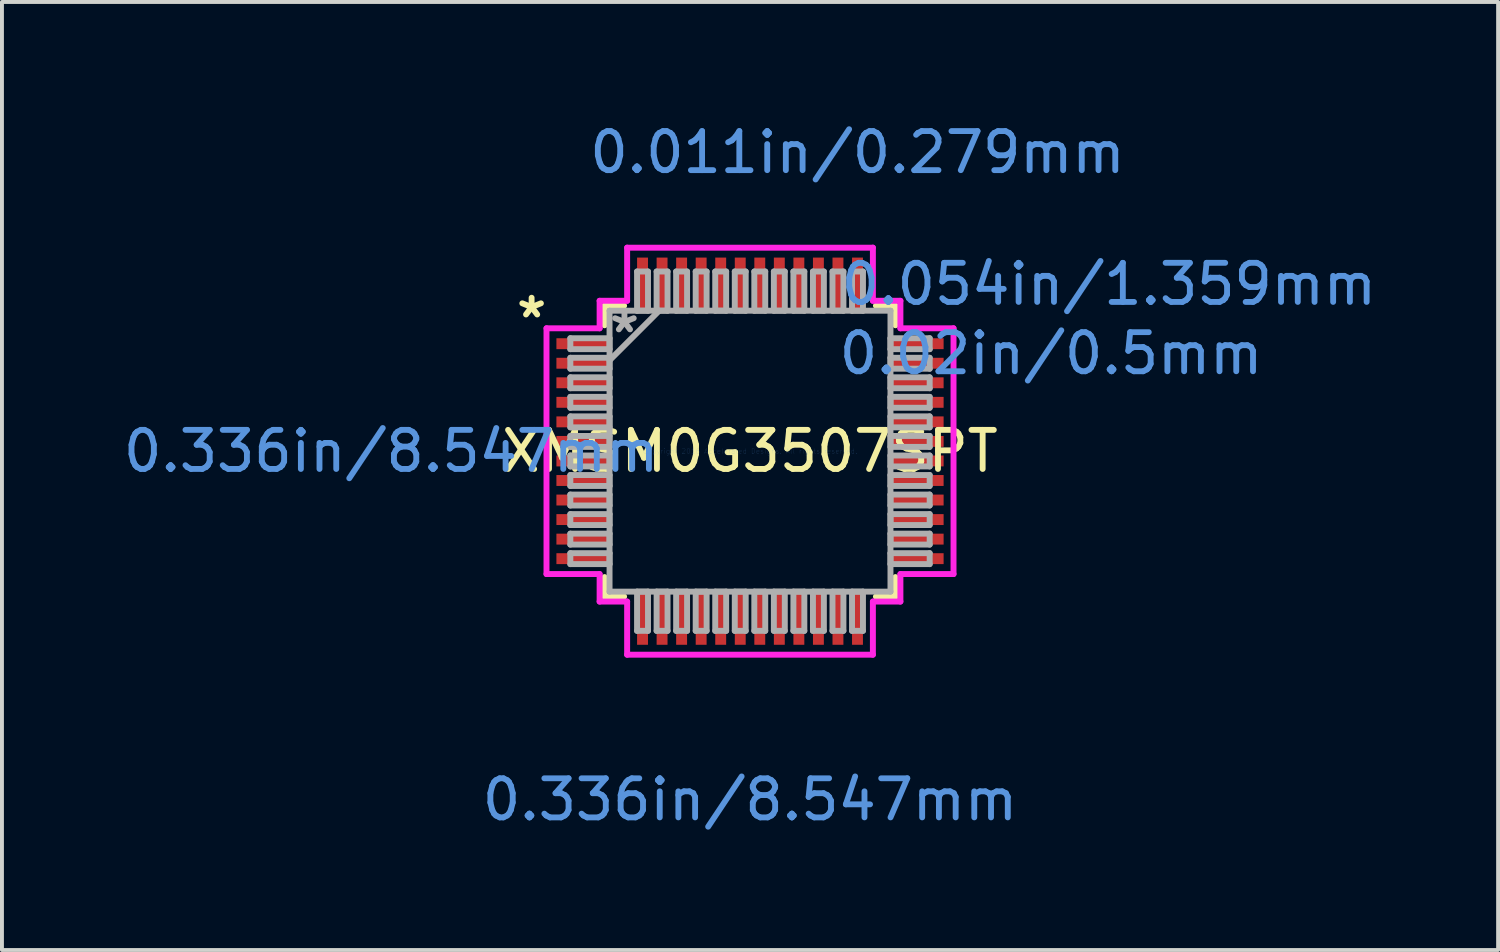
<source format=kicad_pcb>
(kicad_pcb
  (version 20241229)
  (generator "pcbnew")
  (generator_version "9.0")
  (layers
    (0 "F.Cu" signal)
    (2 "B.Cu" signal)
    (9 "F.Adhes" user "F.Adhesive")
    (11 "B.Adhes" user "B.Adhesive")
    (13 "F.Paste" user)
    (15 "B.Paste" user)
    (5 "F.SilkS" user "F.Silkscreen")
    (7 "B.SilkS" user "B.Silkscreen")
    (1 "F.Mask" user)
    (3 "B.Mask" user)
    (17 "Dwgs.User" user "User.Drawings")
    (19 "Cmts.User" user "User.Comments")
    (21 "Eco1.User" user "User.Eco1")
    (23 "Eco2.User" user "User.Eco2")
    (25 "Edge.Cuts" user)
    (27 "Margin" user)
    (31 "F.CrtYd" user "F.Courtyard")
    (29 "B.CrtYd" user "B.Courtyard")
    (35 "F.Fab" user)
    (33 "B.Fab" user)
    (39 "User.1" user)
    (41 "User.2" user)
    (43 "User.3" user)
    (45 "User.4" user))
  (footprint "XMSM0G3507SPT"
    (layer "F.Cu")
    (at 16.14 8.494)
    (property "Reference" "XMSM0G3507SPT" (at 0 0 0) (layer "F.SilkS") (effects (font (size 1 1) (thickness 0.15))))
    (attr through_hole)
    (fp_line (start -3.721 -3.721) (end -3.721 -3.222) (stroke (width 0.152) (type solid)) (layer "F.SilkS"))
    (fp_line (start -3.721 3.222) (end -3.721 3.721) (stroke (width 0.152) (type solid)) (layer "F.SilkS"))
    (fp_line (start -3.721 3.721) (end -3.222 3.721) (stroke (width 0.152) (type solid)) (layer "F.SilkS"))
    (fp_line (start -3.222 -3.721) (end -3.721 -3.721) (stroke (width 0.152) (type solid)) (layer "F.SilkS"))
    (fp_line (start 3.222 3.721) (end 3.721 3.721) (stroke (width 0.152) (type solid)) (layer "F.SilkS"))
    (fp_line (start 3.721 -3.721) (end 3.222 -3.721) (stroke (width 0.152) (type solid)) (layer "F.SilkS"))
    (fp_line (start 3.721 -3.222) (end 3.721 -3.721) (stroke (width 0.152) (type solid)) (layer "F.SilkS"))
    (fp_line (start 3.721 3.721) (end 3.721 3.222) (stroke (width 0.152) (type solid)) (layer "F.SilkS"))
    (fp_line (start -5.207 -3.144) (end -3.848 -3.144) (stroke (width 0.152) (type solid)) (layer "F.CrtYd"))
    (fp_line (start -5.207 3.144) (end -5.207 -3.144) (stroke (width 0.152) (type solid)) (layer "F.CrtYd"))
    (fp_line (start -3.848 -3.848) (end -3.144 -3.848) (stroke (width 0.152) (type solid)) (layer "F.CrtYd"))
    (fp_line (start -3.848 -3.144) (end -3.848 -3.848) (stroke (width 0.152) (type solid)) (layer "F.CrtYd"))
    (fp_line (start -3.848 3.144) (end -5.207 3.144) (stroke (width 0.152) (type solid)) (layer "F.CrtYd"))
    (fp_line (start -3.848 3.848) (end -3.848 3.144) (stroke (width 0.152) (type solid)) (layer "F.CrtYd"))
    (fp_line (start -3.848 3.848) (end -3.144 3.848) (stroke (width 0.152) (type solid)) (layer "F.CrtYd"))
    (fp_line (start -3.144 -5.207) (end 3.144 -5.207) (stroke (width 0.152) (type solid)) (layer "F.CrtYd"))
    (fp_line (start -3.144 -3.848) (end -3.144 -5.207) (stroke (width 0.152) (type solid)) (layer "F.CrtYd"))
    (fp_line (start -3.144 3.848) (end -3.144 5.207) (stroke (width 0.152) (type solid)) (layer "F.CrtYd"))
    (fp_line (start -3.144 5.207) (end 3.144 5.207) (stroke (width 0.152) (type solid)) (layer "F.CrtYd"))
    (fp_line (start 3.144 -5.207) (end 3.144 -3.848) (stroke (width 0.152) (type solid)) (layer "F.CrtYd"))
    (fp_line (start 3.144 -3.848) (end 3.848 -3.848) (stroke (width 0.152) (type solid)) (layer "F.CrtYd"))
    (fp_line (start 3.144 3.848) (end 3.848 3.848) (stroke (width 0.152) (type solid)) (layer "F.CrtYd"))
    (fp_line (start 3.144 5.207) (end 3.144 3.848) (stroke (width 0.152) (type solid)) (layer "F.CrtYd"))
    (fp_line (start 3.848 -3.144) (end 3.848 -3.848) (stroke (width 0.152) (type solid)) (layer "F.CrtYd"))
    (fp_line (start 3.848 3.144) (end 5.207 3.144) (stroke (width 0.152) (type solid)) (layer "F.CrtYd"))
    (fp_line (start 3.848 3.848) (end 3.848 3.144) (stroke (width 0.152) (type solid)) (layer "F.CrtYd"))
    (fp_line (start 5.207 -3.144) (end 3.848 -3.144) (stroke (width 0.152) (type solid)) (layer "F.CrtYd"))
    (fp_line (start 5.207 3.144) (end 5.207 -3.144) (stroke (width 0.152) (type solid)) (layer "F.CrtYd"))
    (fp_line (start -4.597 -2.89) (end -4.597 -2.61) (stroke (width 0.152) (type solid)) (layer "F.Fab"))
    (fp_line (start -4.597 -2.61) (end -3.594 -2.61) (stroke (width 0.152) (type solid)) (layer "F.Fab"))
    (fp_line (start -4.597 -2.39) (end -4.597 -2.11) (stroke (width 0.152) (type solid)) (layer "F.Fab"))
    (fp_line (start -4.597 -2.11) (end -3.594 -2.11) (stroke (width 0.152) (type solid)) (layer "F.Fab"))
    (fp_line (start -4.597 -1.89) (end -4.597 -1.61) (stroke (width 0.152) (type solid)) (layer "F.Fab"))
    (fp_line (start -4.597 -1.61) (end -3.594 -1.61) (stroke (width 0.152) (type solid)) (layer "F.Fab"))
    (fp_line (start -4.597 -1.39) (end -4.597 -1.11) (stroke (width 0.152) (type solid)) (layer "F.Fab"))
    (fp_line (start -4.597 -1.11) (end -3.594 -1.11) (stroke (width 0.152) (type solid)) (layer "F.Fab"))
    (fp_line (start -4.597 -0.89) (end -4.597 -0.61) (stroke (width 0.152) (type solid)) (layer "F.Fab"))
    (fp_line (start -4.597 -0.61) (end -3.594 -0.61) (stroke (width 0.152) (type solid)) (layer "F.Fab"))
    (fp_line (start -4.597 -0.39) (end -4.597 -0.11) (stroke (width 0.152) (type solid)) (layer "F.Fab"))
    (fp_line (start -4.597 -0.11) (end -3.594 -0.11) (stroke (width 0.152) (type solid)) (layer "F.Fab"))
    (fp_line (start -4.597 0.11) (end -4.597 0.39) (stroke (width 0.152) (type solid)) (layer "F.Fab"))
    (fp_line (start -4.597 0.39) (end -3.594 0.39) (stroke (width 0.152) (type solid)) (layer "F.Fab"))
    (fp_line (start -4.597 0.61) (end -4.597 0.89) (stroke (width 0.152) (type solid)) (layer "F.Fab"))
    (fp_line (start -4.597 0.89) (end -3.594 0.89) (stroke (width 0.152) (type solid)) (layer "F.Fab"))
    (fp_line (start -4.597 1.11) (end -4.597 1.39) (stroke (width 0.152) (type solid)) (layer "F.Fab"))
    (fp_line (start -4.597 1.39) (end -3.594 1.39) (stroke (width 0.152) (type solid)) (layer "F.Fab"))
    (fp_line (start -4.597 1.61) (end -4.597 1.89) (stroke (width 0.152) (type solid)) (layer "F.Fab"))
    (fp_line (start -4.597 1.89) (end -3.594 1.89) (stroke (width 0.152) (type solid)) (layer "F.Fab"))
    (fp_line (start -4.597 2.11) (end -4.597 2.39) (stroke (width 0.152) (type solid)) (layer "F.Fab"))
    (fp_line (start -4.597 2.39) (end -3.594 2.39) (stroke (width 0.152) (type solid)) (layer "F.Fab"))
    (fp_line (start -4.597 2.61) (end -4.597 2.89) (stroke (width 0.152) (type solid)) (layer "F.Fab"))
    (fp_line (start -4.597 2.89) (end -3.594 2.89) (stroke (width 0.152) (type solid)) (layer "F.Fab"))
    (fp_line (start -3.594 -3.594) (end -3.594 3.594) (stroke (width 0.152) (type solid)) (layer "F.Fab"))
    (fp_line (start -3.594 -2.89) (end -4.597 -2.89) (stroke (width 0.152) (type solid)) (layer "F.Fab"))
    (fp_line (start -3.594 -2.61) (end -3.594 -2.89) (stroke (width 0.152) (type solid)) (layer "F.Fab"))
    (fp_line (start -3.594 -2.39) (end -4.597 -2.39) (stroke (width 0.152) (type solid)) (layer "F.Fab"))
    (fp_line (start -3.594 -2.324) (end -2.324 -3.594) (stroke (width 0.152) (type solid)) (layer "F.Fab"))
    (fp_line (start -3.594 -2.11) (end -3.594 -2.39) (stroke (width 0.152) (type solid)) (layer "F.Fab"))
    (fp_line (start -3.594 -1.89) (end -4.597 -1.89) (stroke (width 0.152) (type solid)) (layer "F.Fab"))
    (fp_line (start -3.594 -1.61) (end -3.594 -1.89) (stroke (width 0.152) (type solid)) (layer "F.Fab"))
    (fp_line (start -3.594 -1.39) (end -4.597 -1.39) (stroke (width 0.152) (type solid)) (layer "F.Fab"))
    (fp_line (start -3.594 -1.11) (end -3.594 -1.39) (stroke (width 0.152) (type solid)) (layer "F.Fab"))
    (fp_line (start -3.594 -0.89) (end -4.597 -0.89) (stroke (width 0.152) (type solid)) (layer "F.Fab"))
    (fp_line (start -3.594 -0.61) (end -3.594 -0.89) (stroke (width 0.152) (type solid)) (layer "F.Fab"))
    (fp_line (start -3.594 -0.39) (end -4.597 -0.39) (stroke (width 0.152) (type solid)) (layer "F.Fab"))
    (fp_line (start -3.594 -0.11) (end -3.594 -0.39) (stroke (width 0.152) (type solid)) (layer "F.Fab"))
    (fp_line (start -3.594 0.11) (end -4.597 0.11) (stroke (width 0.152) (type solid)) (layer "F.Fab"))
    (fp_line (start -3.594 0.39) (end -3.594 0.11) (stroke (width 0.152) (type solid)) (layer "F.Fab"))
    (fp_line (start -3.594 0.61) (end -4.597 0.61) (stroke (width 0.152) (type solid)) (layer "F.Fab"))
    (fp_line (start -3.594 0.89) (end -3.594 0.61) (stroke (width 0.152) (type solid)) (layer "F.Fab"))
    (fp_line (start -3.594 1.11) (end -4.597 1.11) (stroke (width 0.152) (type solid)) (layer "F.Fab"))
    (fp_line (start -3.594 1.39) (end -3.594 1.11) (stroke (width 0.152) (type solid)) (layer "F.Fab"))
    (fp_line (start -3.594 1.61) (end -4.597 1.61) (stroke (width 0.152) (type solid)) (layer "F.Fab"))
    (fp_line (start -3.594 1.89) (end -3.594 1.61) (stroke (width 0.152) (type solid)) (layer "F.Fab"))
    (fp_line (start -3.594 2.11) (end -4.597 2.11) (stroke (width 0.152) (type solid)) (layer "F.Fab"))
    (fp_line (start -3.594 2.39) (end -3.594 2.11) (stroke (width 0.152) (type solid)) (layer "F.Fab"))
    (fp_line (start -3.594 2.61) (end -4.597 2.61) (stroke (width 0.152) (type solid)) (layer "F.Fab"))
    (fp_line (start -3.594 2.89) (end -3.594 2.61) (stroke (width 0.152) (type solid)) (layer "F.Fab"))
    (fp_line (start -3.594 3.594) (end 3.594 3.594) (stroke (width 0.152) (type solid)) (layer "F.Fab"))
    (fp_line (start -2.89 -4.597) (end -2.89 -3.594) (stroke (width 0.152) (type solid)) (layer "F.Fab"))
    (fp_line (start -2.89 -3.594) (end -2.61 -3.594) (stroke (width 0.152) (type solid)) (layer "F.Fab"))
    (fp_line (start -2.89 3.594) (end -2.89 4.597) (stroke (width 0.152) (type solid)) (layer "F.Fab"))
    (fp_line (start -2.89 4.597) (end -2.61 4.597) (stroke (width 0.152) (type solid)) (layer "F.Fab"))
    (fp_line (start -2.61 -4.597) (end -2.89 -4.597) (stroke (width 0.152) (type solid)) (layer "F.Fab"))
    (fp_line (start -2.61 -3.594) (end -2.61 -4.597) (stroke (width 0.152) (type solid)) (layer "F.Fab"))
    (fp_line (start -2.61 3.594) (end -2.89 3.594) (stroke (width 0.152) (type solid)) (layer "F.Fab"))
    (fp_line (start -2.61 4.597) (end -2.61 3.594) (stroke (width 0.152) (type solid)) (layer "F.Fab"))
    (fp_line (start -2.39 -4.597) (end -2.39 -3.594) (stroke (width 0.152) (type solid)) (layer "F.Fab"))
    (fp_line (start -2.39 -3.594) (end -2.11 -3.594) (stroke (width 0.152) (type solid)) (layer "F.Fab"))
    (fp_line (start -2.39 3.594) (end -2.39 4.597) (stroke (width 0.152) (type solid)) (layer "F.Fab"))
    (fp_line (start -2.39 4.597) (end -2.11 4.597) (stroke (width 0.152) (type solid)) (layer "F.Fab"))
    (fp_line (start -2.11 -4.597) (end -2.39 -4.597) (stroke (width 0.152) (type solid)) (layer "F.Fab"))
    (fp_line (start -2.11 -3.594) (end -2.11 -4.597) (stroke (width 0.152) (type solid)) (layer "F.Fab"))
    (fp_line (start -2.11 3.594) (end -2.39 3.594) (stroke (width 0.152) (type solid)) (layer "F.Fab"))
    (fp_line (start -2.11 4.597) (end -2.11 3.594) (stroke (width 0.152) (type solid)) (layer "F.Fab"))
    (fp_line (start -1.89 -4.597) (end -1.89 -3.594) (stroke (width 0.152) (type solid)) (layer "F.Fab"))
    (fp_line (start -1.89 -3.594) (end -1.61 -3.594) (stroke (width 0.152) (type solid)) (layer "F.Fab"))
    (fp_line (start -1.89 3.594) (end -1.89 4.597) (stroke (width 0.152) (type solid)) (layer "F.Fab"))
    (fp_line (start -1.89 4.597) (end -1.61 4.597) (stroke (width 0.152) (type solid)) (layer "F.Fab"))
    (fp_line (start -1.61 -4.597) (end -1.89 -4.597) (stroke (width 0.152) (type solid)) (layer "F.Fab"))
    (fp_line (start -1.61 -3.594) (end -1.61 -4.597) (stroke (width 0.152) (type solid)) (layer "F.Fab"))
    (fp_line (start -1.61 3.594) (end -1.89 3.594) (stroke (width 0.152) (type solid)) (layer "F.Fab"))
    (fp_line (start -1.61 4.597) (end -1.61 3.594) (stroke (width 0.152) (type solid)) (layer "F.Fab"))
    (fp_line (start -1.39 -4.597) (end -1.39 -3.594) (stroke (width 0.152) (type solid)) (layer "F.Fab"))
    (fp_line (start -1.39 -3.594) (end -1.11 -3.594) (stroke (width 0.152) (type solid)) (layer "F.Fab"))
    (fp_line (start -1.39 3.594) (end -1.39 4.597) (stroke (width 0.152) (type solid)) (layer "F.Fab"))
    (fp_line (start -1.39 4.597) (end -1.11 4.597) (stroke (width 0.152) (type solid)) (layer "F.Fab"))
    (fp_line (start -1.11 -4.597) (end -1.39 -4.597) (stroke (width 0.152) (type solid)) (layer "F.Fab"))
    (fp_line (start -1.11 -3.594) (end -1.11 -4.597) (stroke (width 0.152) (type solid)) (layer "F.Fab"))
    (fp_line (start -1.11 3.594) (end -1.39 3.594) (stroke (width 0.152) (type solid)) (layer "F.Fab"))
    (fp_line (start -1.11 4.597) (end -1.11 3.594) (stroke (width 0.152) (type solid)) (layer "F.Fab"))
    (fp_line (start -0.89 -4.597) (end -0.89 -3.594) (stroke (width 0.152) (type solid)) (layer "F.Fab"))
    (fp_line (start -0.89 -3.594) (end -0.61 -3.594) (stroke (width 0.152) (type solid)) (layer "F.Fab"))
    (fp_line (start -0.89 3.594) (end -0.89 4.597) (stroke (width 0.152) (type solid)) (layer "F.Fab"))
    (fp_line (start -0.89 4.597) (end -0.61 4.597) (stroke (width 0.152) (type solid)) (layer "F.Fab"))
    (fp_line (start -0.61 -4.597) (end -0.89 -4.597) (stroke (width 0.152) (type solid)) (layer "F.Fab"))
    (fp_line (start -0.61 -3.594) (end -0.61 -4.597) (stroke (width 0.152) (type solid)) (layer "F.Fab"))
    (fp_line (start -0.61 3.594) (end -0.89 3.594) (stroke (width 0.152) (type solid)) (layer "F.Fab"))
    (fp_line (start -0.61 4.597) (end -0.61 3.594) (stroke (width 0.152) (type solid)) (layer "F.Fab"))
    (fp_line (start -0.39 -4.597) (end -0.39 -3.594) (stroke (width 0.152) (type solid)) (layer "F.Fab"))
    (fp_line (start -0.39 -3.594) (end -0.11 -3.594) (stroke (width 0.152) (type solid)) (layer "F.Fab"))
    (fp_line (start -0.39 3.594) (end -0.39 4.597) (stroke (width 0.152) (type solid)) (layer "F.Fab"))
    (fp_line (start -0.39 4.597) (end -0.11 4.597) (stroke (width 0.152) (type solid)) (layer "F.Fab"))
    (fp_line (start -0.11 -4.597) (end -0.39 -4.597) (stroke (width 0.152) (type solid)) (layer "F.Fab"))
    (fp_line (start -0.11 -3.594) (end -0.11 -4.597) (stroke (width 0.152) (type solid)) (layer "F.Fab"))
    (fp_line (start -0.11 3.594) (end -0.39 3.594) (stroke (width 0.152) (type solid)) (layer "F.Fab"))
    (fp_line (start -0.11 4.597) (end -0.11 3.594) (stroke (width 0.152) (type solid)) (layer "F.Fab"))
    (fp_line (start 0.11 -4.597) (end 0.11 -3.594) (stroke (width 0.152) (type solid)) (layer "F.Fab"))
    (fp_line (start 0.11 -3.594) (end 0.39 -3.594) (stroke (width 0.152) (type solid)) (layer "F.Fab"))
    (fp_line (start 0.11 3.594) (end 0.11 4.597) (stroke (width 0.152) (type solid)) (layer "F.Fab"))
    (fp_line (start 0.11 4.597) (end 0.39 4.597) (stroke (width 0.152) (type solid)) (layer "F.Fab"))
    (fp_line (start 0.39 -4.597) (end 0.11 -4.597) (stroke (width 0.152) (type solid)) (layer "F.Fab"))
    (fp_line (start 0.39 -3.594) (end 0.39 -4.597) (stroke (width 0.152) (type solid)) (layer "F.Fab"))
    (fp_line (start 0.39 3.594) (end 0.11 3.594) (stroke (width 0.152) (type solid)) (layer "F.Fab"))
    (fp_line (start 0.39 4.597) (end 0.39 3.594) (stroke (width 0.152) (type solid)) (layer "F.Fab"))
    (fp_line (start 0.61 -4.597) (end 0.61 -3.594) (stroke (width 0.152) (type solid)) (layer "F.Fab"))
    (fp_line (start 0.61 -3.594) (end 0.89 -3.594) (stroke (width 0.152) (type solid)) (layer "F.Fab"))
    (fp_line (start 0.61 3.594) (end 0.61 4.597) (stroke (width 0.152) (type solid)) (layer "F.Fab"))
    (fp_line (start 0.61 4.597) (end 0.89 4.597) (stroke (width 0.152) (type solid)) (layer "F.Fab"))
    (fp_line (start 0.89 -4.597) (end 0.61 -4.597) (stroke (width 0.152) (type solid)) (layer "F.Fab"))
    (fp_line (start 0.89 -3.594) (end 0.89 -4.597) (stroke (width 0.152) (type solid)) (layer "F.Fab"))
    (fp_line (start 0.89 3.594) (end 0.61 3.594) (stroke (width 0.152) (type solid)) (layer "F.Fab"))
    (fp_line (start 0.89 4.597) (end 0.89 3.594) (stroke (width 0.152) (type solid)) (layer "F.Fab"))
    (fp_line (start 1.11 -4.597) (end 1.11 -3.594) (stroke (width 0.152) (type solid)) (layer "F.Fab"))
    (fp_line (start 1.11 -3.594) (end 1.39 -3.594) (stroke (width 0.152) (type solid)) (layer "F.Fab"))
    (fp_line (start 1.11 3.594) (end 1.11 4.597) (stroke (width 0.152) (type solid)) (layer "F.Fab"))
    (fp_line (start 1.11 4.597) (end 1.39 4.597) (stroke (width 0.152) (type solid)) (layer "F.Fab"))
    (fp_line (start 1.39 -4.597) (end 1.11 -4.597) (stroke (width 0.152) (type solid)) (layer "F.Fab"))
    (fp_line (start 1.39 -3.594) (end 1.39 -4.597) (stroke (width 0.152) (type solid)) (layer "F.Fab"))
    (fp_line (start 1.39 3.594) (end 1.11 3.594) (stroke (width 0.152) (type solid)) (layer "F.Fab"))
    (fp_line (start 1.39 4.597) (end 1.39 3.594) (stroke (width 0.152) (type solid)) (layer "F.Fab"))
    (fp_line (start 1.61 -4.597) (end 1.61 -3.594) (stroke (width 0.152) (type solid)) (layer "F.Fab"))
    (fp_line (start 1.61 -3.594) (end 1.89 -3.594) (stroke (width 0.152) (type solid)) (layer "F.Fab"))
    (fp_line (start 1.61 3.594) (end 1.61 4.597) (stroke (width 0.152) (type solid)) (layer "F.Fab"))
    (fp_line (start 1.61 4.597) (end 1.89 4.597) (stroke (width 0.152) (type solid)) (layer "F.Fab"))
    (fp_line (start 1.89 -4.597) (end 1.61 -4.597) (stroke (width 0.152) (type solid)) (layer "F.Fab"))
    (fp_line (start 1.89 -3.594) (end 1.89 -4.597) (stroke (width 0.152) (type solid)) (layer "F.Fab"))
    (fp_line (start 1.89 3.594) (end 1.61 3.594) (stroke (width 0.152) (type solid)) (layer "F.Fab"))
    (fp_line (start 1.89 4.597) (end 1.89 3.594) (stroke (width 0.152) (type solid)) (layer "F.Fab"))
    (fp_line (start 2.11 -4.597) (end 2.11 -3.594) (stroke (width 0.152) (type solid)) (layer "F.Fab"))
    (fp_line (start 2.11 -3.594) (end 2.39 -3.594) (stroke (width 0.152) (type solid)) (layer "F.Fab"))
    (fp_line (start 2.11 3.594) (end 2.11 4.597) (stroke (width 0.152) (type solid)) (layer "F.Fab"))
    (fp_line (start 2.11 4.597) (end 2.39 4.597) (stroke (width 0.152) (type solid)) (layer "F.Fab"))
    (fp_line (start 2.39 -4.597) (end 2.11 -4.597) (stroke (width 0.152) (type solid)) (layer "F.Fab"))
    (fp_line (start 2.39 -3.594) (end 2.39 -4.597) (stroke (width 0.152) (type solid)) (layer "F.Fab"))
    (fp_line (start 2.39 3.594) (end 2.11 3.594) (stroke (width 0.152) (type solid)) (layer "F.Fab"))
    (fp_line (start 2.39 4.597) (end 2.39 3.594) (stroke (width 0.152) (type solid)) (layer "F.Fab"))
    (fp_line (start 2.61 -4.597) (end 2.61 -3.594) (stroke (width 0.152) (type solid)) (layer "F.Fab"))
    (fp_line (start 2.61 -3.594) (end 2.89 -3.594) (stroke (width 0.152) (type solid)) (layer "F.Fab"))
    (fp_line (start 2.61 3.594) (end 2.61 4.597) (stroke (width 0.152) (type solid)) (layer "F.Fab"))
    (fp_line (start 2.61 4.597) (end 2.89 4.597) (stroke (width 0.152) (type solid)) (layer "F.Fab"))
    (fp_line (start 2.89 -4.597) (end 2.61 -4.597) (stroke (width 0.152) (type solid)) (layer "F.Fab"))
    (fp_line (start 2.89 -3.594) (end 2.89 -4.597) (stroke (width 0.152) (type solid)) (layer "F.Fab"))
    (fp_line (start 2.89 3.594) (end 2.61 3.594) (stroke (width 0.152) (type solid)) (layer "F.Fab"))
    (fp_line (start 2.89 4.597) (end 2.89 3.594) (stroke (width 0.152) (type solid)) (layer "F.Fab"))
    (fp_line (start 3.594 -3.594) (end -3.594 -3.594) (stroke (width 0.152) (type solid)) (layer "F.Fab"))
    (fp_line (start 3.594 -2.89) (end 3.594 -2.61) (stroke (width 0.152) (type solid)) (layer "F.Fab"))
    (fp_line (start 3.594 -2.61) (end 4.597 -2.61) (stroke (width 0.152) (type solid)) (layer "F.Fab"))
    (fp_line (start 3.594 -2.39) (end 3.594 -2.11) (stroke (width 0.152) (type solid)) (layer "F.Fab"))
    (fp_line (start 3.594 -2.11) (end 4.597 -2.11) (stroke (width 0.152) (type solid)) (layer "F.Fab"))
    (fp_line (start 3.594 -1.89) (end 3.594 -1.61) (stroke (width 0.152) (type solid)) (layer "F.Fab"))
    (fp_line (start 3.594 -1.61) (end 4.597 -1.61) (stroke (width 0.152) (type solid)) (layer "F.Fab"))
    (fp_line (start 3.594 -1.39) (end 3.594 -1.11) (stroke (width 0.152) (type solid)) (layer "F.Fab"))
    (fp_line (start 3.594 -1.11) (end 4.597 -1.11) (stroke (width 0.152) (type solid)) (layer "F.Fab"))
    (fp_line (start 3.594 -0.89) (end 3.594 -0.61) (stroke (width 0.152) (type solid)) (layer "F.Fab"))
    (fp_line (start 3.594 -0.61) (end 4.597 -0.61) (stroke (width 0.152) (type solid)) (layer "F.Fab"))
    (fp_line (start 3.594 -0.39) (end 3.594 -0.11) (stroke (width 0.152) (type solid)) (layer "F.Fab"))
    (fp_line (start 3.594 -0.11) (end 4.597 -0.11) (stroke (width 0.152) (type solid)) (layer "F.Fab"))
    (fp_line (start 3.594 0.11) (end 3.594 0.39) (stroke (width 0.152) (type solid)) (layer "F.Fab"))
    (fp_line (start 3.594 0.39) (end 4.597 0.39) (stroke (width 0.152) (type solid)) (layer "F.Fab"))
    (fp_line (start 3.594 0.61) (end 3.594 0.89) (stroke (width 0.152) (type solid)) (layer "F.Fab"))
    (fp_line (start 3.594 0.89) (end 4.597 0.89) (stroke (width 0.152) (type solid)) (layer "F.Fab"))
    (fp_line (start 3.594 1.11) (end 3.594 1.39) (stroke (width 0.152) (type solid)) (layer "F.Fab"))
    (fp_line (start 3.594 1.39) (end 4.597 1.39) (stroke (width 0.152) (type solid)) (layer "F.Fab"))
    (fp_line (start 3.594 1.61) (end 3.594 1.89) (stroke (width 0.152) (type solid)) (layer "F.Fab"))
    (fp_line (start 3.594 1.89) (end 4.597 1.89) (stroke (width 0.152) (type solid)) (layer "F.Fab"))
    (fp_line (start 3.594 2.11) (end 3.594 2.39) (stroke (width 0.152) (type solid)) (layer "F.Fab"))
    (fp_line (start 3.594 2.39) (end 4.597 2.39) (stroke (width 0.152) (type solid)) (layer "F.Fab"))
    (fp_line (start 3.594 2.61) (end 3.594 2.89) (stroke (width 0.152) (type solid)) (layer "F.Fab"))
    (fp_line (start 3.594 2.89) (end 4.597 2.89) (stroke (width 0.152) (type solid)) (layer "F.Fab"))
    (fp_line (start 3.594 3.594) (end 3.594 -3.594) (stroke (width 0.152) (type solid)) (layer "F.Fab"))
    (fp_line (start 4.597 -2.89) (end 3.594 -2.89) (stroke (width 0.152) (type solid)) (layer "F.Fab"))
    (fp_line (start 4.597 -2.61) (end 4.597 -2.89) (stroke (width 0.152) (type solid)) (layer "F.Fab"))
    (fp_line (start 4.597 -2.39) (end 3.594 -2.39) (stroke (width 0.152) (type solid)) (layer "F.Fab"))
    (fp_line (start 4.597 -2.11) (end 4.597 -2.39) (stroke (width 0.152) (type solid)) (layer "F.Fab"))
    (fp_line (start 4.597 -1.89) (end 3.594 -1.89) (stroke (width 0.152) (type solid)) (layer "F.Fab"))
    (fp_line (start 4.597 -1.61) (end 4.597 -1.89) (stroke (width 0.152) (type solid)) (layer "F.Fab"))
    (fp_line (start 4.597 -1.39) (end 3.594 -1.39) (stroke (width 0.152) (type solid)) (layer "F.Fab"))
    (fp_line (start 4.597 -1.11) (end 4.597 -1.39) (stroke (width 0.152) (type solid)) (layer "F.Fab"))
    (fp_line (start 4.597 -0.89) (end 3.594 -0.89) (stroke (width 0.152) (type solid)) (layer "F.Fab"))
    (fp_line (start 4.597 -0.61) (end 4.597 -0.89) (stroke (width 0.152) (type solid)) (layer "F.Fab"))
    (fp_line (start 4.597 -0.39) (end 3.594 -0.39) (stroke (width 0.152) (type solid)) (layer "F.Fab"))
    (fp_line (start 4.597 -0.11) (end 4.597 -0.39) (stroke (width 0.152) (type solid)) (layer "F.Fab"))
    (fp_line (start 4.597 0.11) (end 3.594 0.11) (stroke (width 0.152) (type solid)) (layer "F.Fab"))
    (fp_line (start 4.597 0.39) (end 4.597 0.11) (stroke (width 0.152) (type solid)) (layer "F.Fab"))
    (fp_line (start 4.597 0.61) (end 3.594 0.61) (stroke (width 0.152) (type solid)) (layer "F.Fab"))
    (fp_line (start 4.597 0.89) (end 4.597 0.61) (stroke (width 0.152) (type solid)) (layer "F.Fab"))
    (fp_line (start 4.597 1.11) (end 3.594 1.11) (stroke (width 0.152) (type solid)) (layer "F.Fab"))
    (fp_line (start 4.597 1.39) (end 4.597 1.11) (stroke (width 0.152) (type solid)) (layer "F.Fab"))
    (fp_line (start 4.597 1.61) (end 3.594 1.61) (stroke (width 0.152) (type solid)) (layer "F.Fab"))
    (fp_line (start 4.597 1.89) (end 4.597 1.61) (stroke (width 0.152) (type solid)) (layer "F.Fab"))
    (fp_line (start 4.597 2.11) (end 3.594 2.11) (stroke (width 0.152) (type solid)) (layer "F.Fab"))
    (fp_line (start 4.597 2.39) (end 4.597 2.11) (stroke (width 0.152) (type solid)) (layer "F.Fab"))
    (fp_line (start 4.597 2.61) (end 3.594 2.61) (stroke (width 0.152) (type solid)) (layer "F.Fab"))
    (fp_line (start 4.597 2.89) (end 4.597 2.61) (stroke (width 0.152) (type solid)) (layer "F.Fab"))
    (fp_text user "*" (at -5.588 -3.381 0) (layer "F.SilkS") (effects (font (size 1 1) (thickness 0.15))))
    (fp_text user "0.011in/0.279mm" (at 2.75 -7.645 0) (layer "Cmts.User") (effects (font (size 1 1) (thickness 0.15))))
    (fp_text user "0.336in/8.547mm" (at 0 8.915 0) (layer "Cmts.User") (effects (font (size 1 1) (thickness 0.15))))
    (fp_text user "Copyright 2016 Accelerated Designs. All rights reserved." (at 0 0 0) (layer "Cmts.User") (effects (font (size 0.127 0.127) (thickness 0.002))))
    (fp_text user "0.336in/8.547mm" (at -9.182 0 0) (layer "Cmts.User") (effects (font (size 1 1) (thickness 0.15))))
    (fp_text user "0.054in/1.359mm" (at 9.182 -4.274 0) (layer "Cmts.User") (effects (font (size 1 1) (thickness 0.15))))
    (fp_text user "0.02in/0.5mm" (at 7.703 -2.5 0) (layer "Cmts.User") (effects (font (size 1 1) (thickness 0.15))))
    (fp_text user "*" (at -3.213 -3 0) (layer "F.Fab") (effects (font (size 1 1) (thickness 0.15))))
    (pad "1" smd rect (at -4.274 -2.75 90) (size 0.279 1.359) (layers "F.Cu" "F.Mask" "F.Paste"))
    (pad "2" smd rect (at -4.274 -2.25 90) (size 0.279 1.359) (layers "F.Cu" "F.Mask" "F.Paste"))
    (pad "3" smd rect (at -4.274 -1.75 90) (size 0.279 1.359) (layers "F.Cu" "F.Mask" "F.Paste"))
    (pad "4" smd rect (at -4.274 -1.25 90) (size 0.279 1.359) (layers "F.Cu" "F.Mask" "F.Paste"))
    (pad "5" smd rect (at -4.274 -0.75 90) (size 0.279 1.359) (layers "F.Cu" "F.Mask" "F.Paste"))
    (pad "6" smd rect (at -4.274 -0.25 90) (size 0.279 1.359) (layers "F.Cu" "F.Mask" "F.Paste"))
    (pad "7" smd rect (at -4.274 0.25 90) (size 0.279 1.359) (layers "F.Cu" "F.Mask" "F.Paste"))
    (pad "8" smd rect (at -4.274 0.75 90) (size 0.279 1.359) (layers "F.Cu" "F.Mask" "F.Paste"))
    (pad "9" smd rect (at -4.274 1.25 90) (size 0.279 1.359) (layers "F.Cu" "F.Mask" "F.Paste"))
    (pad "10" smd rect (at -4.274 1.75 90) (size 0.279 1.359) (layers "F.Cu" "F.Mask" "F.Paste"))
    (pad "11" smd rect (at -4.274 2.25 90) (size 0.279 1.359) (layers "F.Cu" "F.Mask" "F.Paste"))
    (pad "12" smd rect (at -4.274 2.75 90) (size 0.279 1.359) (layers "F.Cu" "F.Mask" "F.Paste"))
    (pad "13" smd rect (at -2.75 4.274) (size 0.279 1.359) (layers "F.Cu" "F.Mask" "F.Paste"))
    (pad "14" smd rect (at -2.25 4.274) (size 0.279 1.359) (layers "F.Cu" "F.Mask" "F.Paste"))
    (pad "15" smd rect (at -1.75 4.274) (size 0.279 1.359) (layers "F.Cu" "F.Mask" "F.Paste"))
    (pad "16" smd rect (at -1.25 4.274) (size 0.279 1.359) (layers "F.Cu" "F.Mask" "F.Paste"))
    (pad "17" smd rect (at -0.75 4.274) (size 0.279 1.359) (layers "F.Cu" "F.Mask" "F.Paste"))
    (pad "18" smd rect (at -0.25 4.274) (size 0.279 1.359) (layers "F.Cu" "F.Mask" "F.Paste"))
    (pad "19" smd rect (at 0.25 4.274) (size 0.279 1.359) (layers "F.Cu" "F.Mask" "F.Paste"))
    (pad "20" smd rect (at 0.75 4.274) (size 0.279 1.359) (layers "F.Cu" "F.Mask" "F.Paste"))
    (pad "21" smd rect (at 1.25 4.274) (size 0.279 1.359) (layers "F.Cu" "F.Mask" "F.Paste"))
    (pad "22" smd rect (at 1.75 4.274) (size 0.279 1.359) (layers "F.Cu" "F.Mask" "F.Paste"))
    (pad "23" smd rect (at 2.25 4.274) (size 0.279 1.359) (layers "F.Cu" "F.Mask" "F.Paste"))
    (pad "24" smd rect (at 2.75 4.274) (size 0.279 1.359) (layers "F.Cu" "F.Mask" "F.Paste"))
    (pad "25" smd rect (at 4.274 2.75 90) (size 0.279 1.359) (layers "F.Cu" "F.Mask" "F.Paste"))
    (pad "26" smd rect (at 4.274 2.25 90) (size 0.279 1.359) (layers "F.Cu" "F.Mask" "F.Paste"))
    (pad "27" smd rect (at 4.274 1.75 90) (size 0.279 1.359) (layers "F.Cu" "F.Mask" "F.Paste"))
    (pad "28" smd rect (at 4.274 1.25 90) (size 0.279 1.359) (layers "F.Cu" "F.Mask" "F.Paste"))
    (pad "29" smd rect (at 4.274 0.75 90) (size 0.279 1.359) (layers "F.Cu" "F.Mask" "F.Paste"))
    (pad "30" smd rect (at 4.274 0.25 90) (size 0.279 1.359) (layers "F.Cu" "F.Mask" "F.Paste"))
    (pad "31" smd rect (at 4.274 -0.25 90) (size 0.279 1.359) (layers "F.Cu" "F.Mask" "F.Paste"))
    (pad "32" smd rect (at 4.274 -0.75 90) (size 0.279 1.359) (layers "F.Cu" "F.Mask" "F.Paste"))
    (pad "33" smd rect (at 4.274 -1.25 90) (size 0.279 1.359) (layers "F.Cu" "F.Mask" "F.Paste"))
    (pad "34" smd rect (at 4.274 -1.75 90) (size 0.279 1.359) (layers "F.Cu" "F.Mask" "F.Paste"))
    (pad "35" smd rect (at 4.274 -2.25 90) (size 0.279 1.359) (layers "F.Cu" "F.Mask" "F.Paste"))
    (pad "36" smd rect (at 4.274 -2.75 90) (size 0.279 1.359) (layers "F.Cu" "F.Mask" "F.Paste"))
    (pad "37" smd rect (at 2.75 -4.274) (size 0.279 1.359) (layers "F.Cu" "F.Mask" "F.Paste"))
    (pad "38" smd rect (at 2.25 -4.274) (size 0.279 1.359) (layers "F.Cu" "F.Mask" "F.Paste"))
    (pad "39" smd rect (at 1.75 -4.274) (size 0.279 1.359) (layers "F.Cu" "F.Mask" "F.Paste"))
    (pad "40" smd rect (at 1.25 -4.274) (size 0.279 1.359) (layers "F.Cu" "F.Mask" "F.Paste"))
    (pad "41" smd rect (at 0.75 -4.274) (size 0.279 1.359) (layers "F.Cu" "F.Mask" "F.Paste"))
    (pad "42" smd rect (at 0.25 -4.274) (size 0.279 1.359) (layers "F.Cu" "F.Mask" "F.Paste"))
    (pad "43" smd rect (at -0.25 -4.274) (size 0.279 1.359) (layers "F.Cu" "F.Mask" "F.Paste"))
    (pad "44" smd rect (at -0.75 -4.274) (size 0.279 1.359) (layers "F.Cu" "F.Mask" "F.Paste"))
    (pad "45" smd rect (at -1.25 -4.274) (size 0.279 1.359) (layers "F.Cu" "F.Mask" "F.Paste"))
    (pad "46" smd rect (at -1.75 -4.274) (size 0.279 1.359) (layers "F.Cu" "F.Mask" "F.Paste"))
    (pad "47" smd rect (at -2.25 -4.274) (size 0.279 1.359) (layers "F.Cu" "F.Mask" "F.Paste"))
    (pad "48" smd rect (at -2.75 -4.274) (size 0.279 1.359) (layers "F.Cu" "F.Mask" "F.Paste")))
  (gr_rect
    (start -3 -3)
    (end 35.281 21.257)
    (stroke (width 0.1) (type default))
    (fill no)
    (layer "Edge.Cuts")))
</source>
